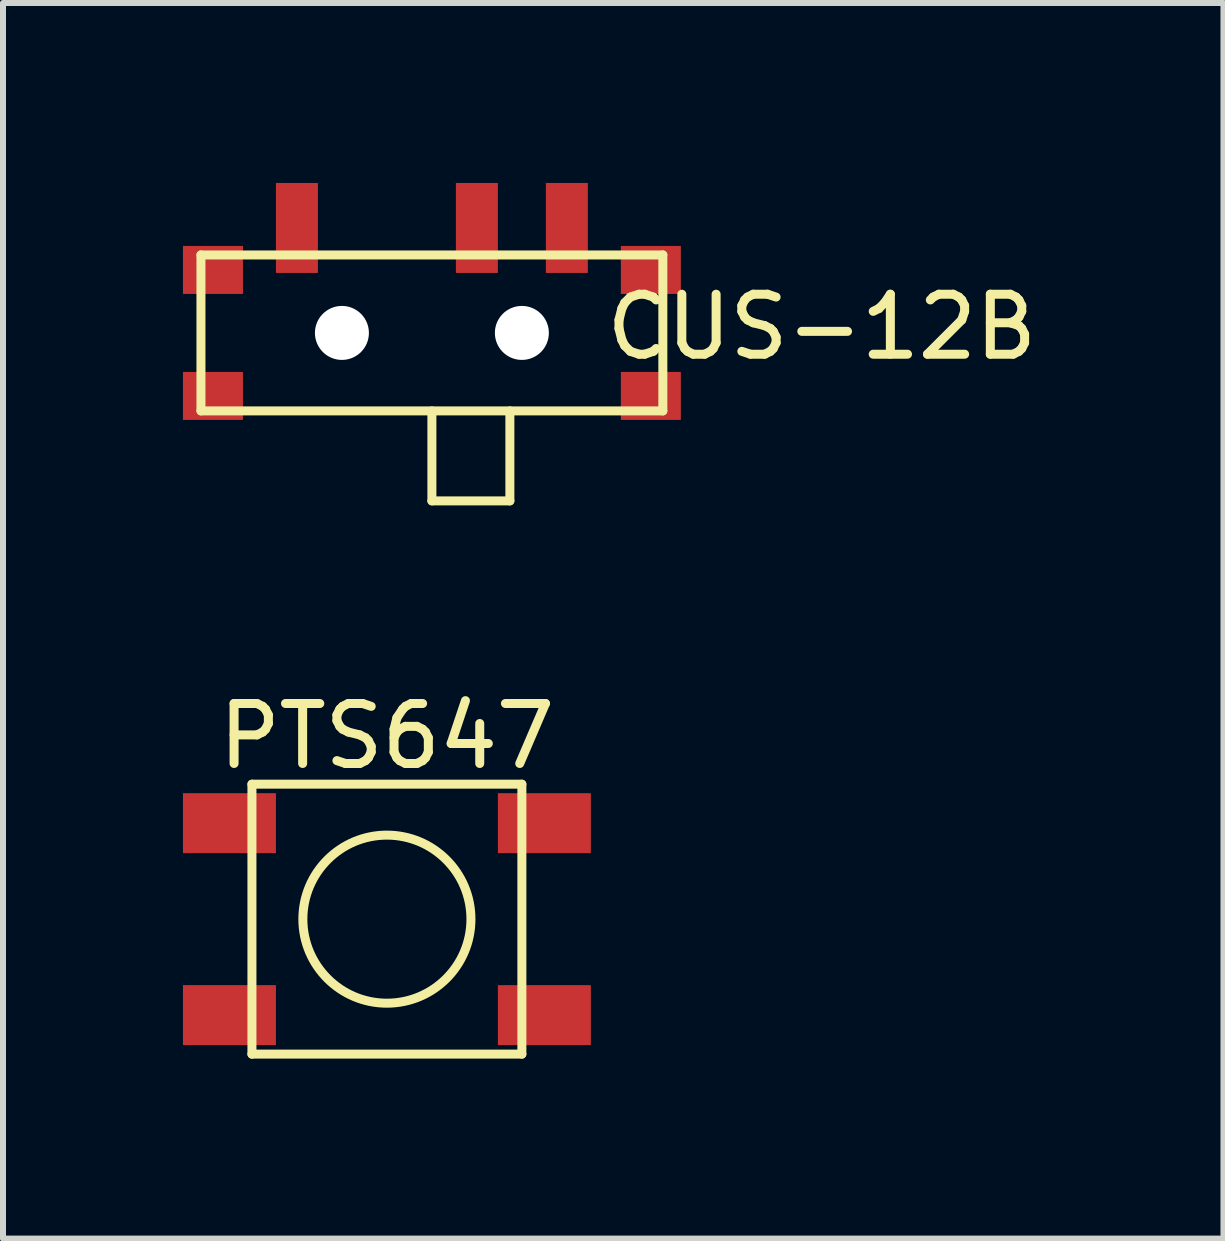
<source format=kicad_pcb>
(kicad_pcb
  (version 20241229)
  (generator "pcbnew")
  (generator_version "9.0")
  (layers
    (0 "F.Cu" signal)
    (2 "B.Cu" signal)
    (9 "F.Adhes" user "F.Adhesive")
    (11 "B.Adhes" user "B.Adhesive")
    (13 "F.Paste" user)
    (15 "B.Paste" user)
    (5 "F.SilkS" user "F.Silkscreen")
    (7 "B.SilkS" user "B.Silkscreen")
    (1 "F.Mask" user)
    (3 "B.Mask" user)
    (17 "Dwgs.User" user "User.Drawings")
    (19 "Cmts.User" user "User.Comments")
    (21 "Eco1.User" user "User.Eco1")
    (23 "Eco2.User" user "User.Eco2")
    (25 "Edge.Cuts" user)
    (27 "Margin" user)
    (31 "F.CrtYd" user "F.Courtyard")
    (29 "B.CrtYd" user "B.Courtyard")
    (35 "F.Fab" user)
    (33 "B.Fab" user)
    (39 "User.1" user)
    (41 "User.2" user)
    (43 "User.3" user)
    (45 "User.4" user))
  (footprint "CUS-12B"
    (layer "F.Cu")
    (at 4.15 2.5)
    (property "Reference" "CUS-12B" (at 6.5 -0.1 0) (layer "F.SilkS") (effects (font (size 1 1) (thickness 0.15))))
    (attr through_hole)
    (fp_line (start -3.85 -1.3) (end 3.85 -1.3) (stroke (width 0.15) (type solid)) (layer "F.SilkS"))
    (fp_line (start -3.85 1.3) (end -3.85 -1.3) (stroke (width 0.15) (type solid)) (layer "F.SilkS"))
    (fp_line (start 0 1.3) (end 0 2.8) (stroke (width 0.15) (type solid)) (layer "F.SilkS"))
    (fp_line (start 0 2.8) (end 1.3 2.8) (stroke (width 0.15) (type solid)) (layer "F.SilkS"))
    (fp_line (start 1.3 2.8) (end 1.3 1.3) (stroke (width 0.15) (type solid)) (layer "F.SilkS"))
    (fp_line (start 3.85 -1.3) (end 3.85 1.3) (stroke (width 0.15) (type solid)) (layer "F.SilkS"))
    (fp_line (start 3.85 1.3) (end -3.85 1.3) (stroke (width 0.15) (type solid)) (layer "F.SilkS"))
    (pad "" smd rect (at -3.65 -1.05) (size 1 0.8) (layers "F.Cu" "F.Mask" "F.Paste"))
    (pad "" smd rect (at -3.65 1.05) (size 1 0.8) (layers "F.Cu" "F.Mask" "F.Paste"))
    (pad "" np_thru_hole circle (at -1.5 0) (size 0.9 0.9) (drill 0.9) (layers "*.Cu" "*.Mask"))
    (pad "" np_thru_hole circle (at 1.5 0) (size 0.9 0.9) (drill 0.9) (layers "*.Cu" "*.Mask"))
    (pad "" smd rect (at 3.65 -1.05) (size 1 0.8) (layers "F.Cu" "F.Mask" "F.Paste"))
    (pad "" smd rect (at 3.65 1.05) (size 1 0.8) (layers "F.Cu" "F.Mask" "F.Paste"))
    (pad "1" smd rect (at -2.25 -1.75) (size 0.7 1.5) (layers "F.Cu" "F.Mask" "F.Paste"))
    (pad "2" smd rect (at 0.75 -1.75) (size 0.7 1.5) (layers "F.Cu" "F.Mask" "F.Paste"))
    (pad "3" smd rect (at 2.25 -1.75) (size 0.7 1.5) (layers "F.Cu" "F.Mask" "F.Paste")))
  (footprint "PTS647"
    (layer "F.Cu")
    (at 3.4 12.273)
    (property "Reference" "PTS647" (at 0 -3.05 0) (layer "F.SilkS") (effects (font (size 1 1) (thickness 0.15))))
    (attr through_hole)
    (fp_line (start -2.25 -2.25) (end 2.25 -2.25) (stroke (width 0.15) (type solid)) (layer "F.SilkS"))
    (fp_line (start -2.25 2.25) (end -2.25 -2.25) (stroke (width 0.15) (type solid)) (layer "F.SilkS"))
    (fp_line (start 2.25 -2.25) (end 2.25 2.25) (stroke (width 0.15) (type solid)) (layer "F.SilkS"))
    (fp_line (start 2.25 2.25) (end -2.25 2.25) (stroke (width 0.15) (type solid)) (layer "F.SilkS"))
    (fp_circle (center 0 0) (end 1.4 0.05) (stroke (width 0.15) (type solid)) (fill no) (layer "F.SilkS"))
    (pad "1" smd rect (at -2.625 -1.6) (size 1.55 1) (layers "F.Cu" "F.Mask" "F.Paste"))
    (pad "2" smd rect (at -2.625 1.6) (size 1.55 1) (layers "F.Cu" "F.Mask" "F.Paste"))
    (pad "3" smd rect (at 2.625 -1.6) (size 1.55 1) (layers "F.Cu" "F.Mask" "F.Paste"))
    (pad "4" smd rect (at 2.625 1.6) (size 1.55 1) (layers "F.Cu" "F.Mask" "F.Paste")))
  (gr_rect
    (start -3 -3)
    (end 17.346 17.598)
    (stroke (width 0.1) (type default))
    (fill no)
    (layer "Edge.Cuts")))
</source>
